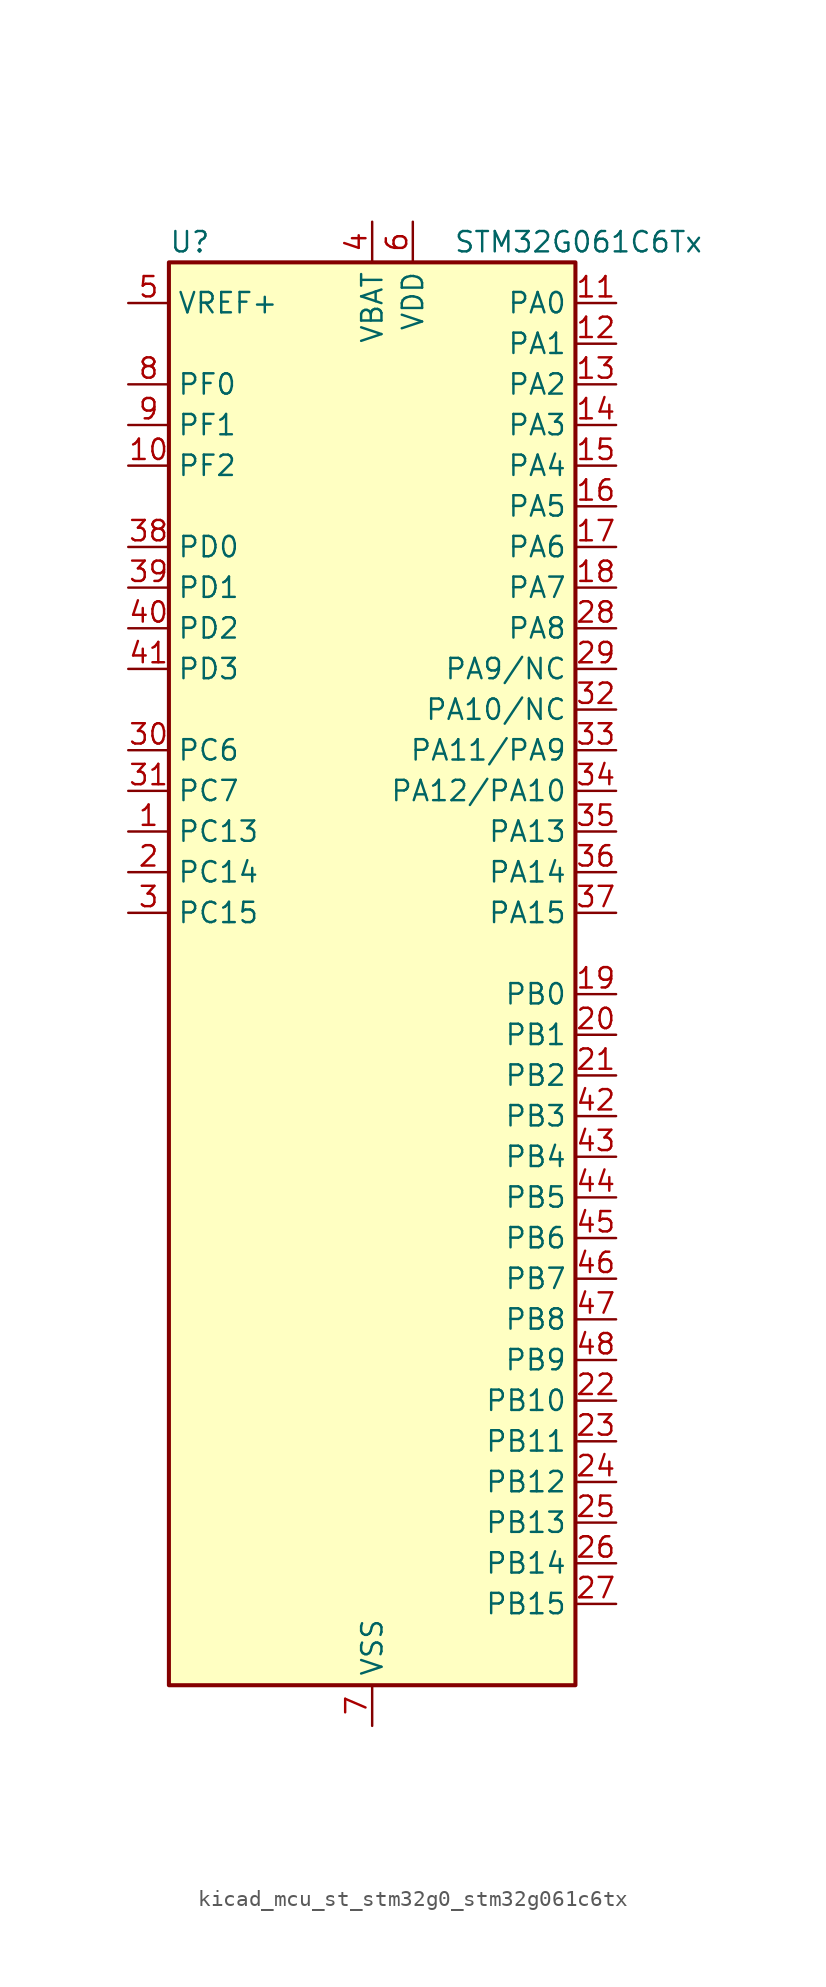
<source format=kicad_sym>
(kicad_symbol_lib
  (version 20220914)
  (generator kicad_symbol_editor)
  (symbol "kicad_mcu_st_stm32g0_stm32g061c6tx"
    (property "Reference" "U"
      (at -12.7 46.99 0)
      (effects (font (size 1.27 1.27)) (justify left)))
    (property "Value" "STM32G061C6Tx"
      (at 5.08 46.99 0)
      (effects (font (size 1.27 1.27)) (justify left)))
    (property "ki_locked" ""
      (at 0 0 0)
      (effects (font (size 1.27 1.27))))
    (symbol "kicad_mcu_st_stm32g0_stm32g061c6tx_0_1"
      (rectangle (start -12.7 -43.18) (end 12.7 45.72) (stroke (width 0.254) (type default)) (fill (type background))))
    (symbol "kicad_mcu_st_stm32g0_stm32g061c6tx_1_1"
      (pin bidirectional line (at -15.24 10.16 0) (length 2.54) (name "PC13" (effects (font (size 1.27 1.27)))) (number "1" (effects (font (size 1.27 1.27)))) (alternate "RTC_OUT1" bidirectional line) (alternate "RTC_TAMP_IN1" bidirectional line) (alternate "RTC_TS" bidirectional line) (alternate "SYS_WKUP2" bidirectional line) (alternate "TIM1_BK" bidirectional line))
      (pin bidirectional line (at -15.24 33.02 0) (length 2.54) (name "PF2" (effects (font (size 1.27 1.27)))) (number "10" (effects (font (size 1.27 1.27)))) (alternate "RCC_MCO" bidirectional line))
      (pin bidirectional line (at 15.24 43.18 180) (length 2.54) (name "PA0" (effects (font (size 1.27 1.27)))) (number "11" (effects (font (size 1.27 1.27)))) (alternate "ADC1_IN0" bidirectional line) (alternate "COMP1_INM" bidirectional line) (alternate "COMP1_OUT" bidirectional line) (alternate "LPTIM1_OUT" bidirectional line) (alternate "RTC_TAMP_IN2" bidirectional line) (alternate "SPI2_SCK" bidirectional line) (alternate "SYS_WKUP1" bidirectional line) (alternate "TIM2_CH1" bidirectional line) (alternate "TIM2_ETR" bidirectional line) (alternate "USART2_CTS" bidirectional line) (alternate "USART2_NSS" bidirectional line))
      (pin bidirectional line (at 15.24 40.64 180) (length 2.54) (name "PA1" (effects (font (size 1.27 1.27)))) (number "12" (effects (font (size 1.27 1.27)))) (alternate "ADC1_IN1" bidirectional line) (alternate "COMP1_INP" bidirectional line) (alternate "I2C1_SMBA" bidirectional line) (alternate "I2S1_CK" bidirectional line) (alternate "SPI1_SCK" bidirectional line) (alternate "TIM15_CH1N" bidirectional line) (alternate "TIM2_CH2" bidirectional line) (alternate "USART2_CK" bidirectional line) (alternate "USART2_DE" bidirectional line) (alternate "USART2_RTS" bidirectional line))
      (pin bidirectional line (at 15.24 38.1 180) (length 2.54) (name "PA2" (effects (font (size 1.27 1.27)))) (number "13" (effects (font (size 1.27 1.27)))) (alternate "ADC1_IN2" bidirectional line) (alternate "COMP2_INM" bidirectional line) (alternate "COMP2_OUT" bidirectional line) (alternate "I2S1_SD" bidirectional line) (alternate "LPUART1_TX" bidirectional line) (alternate "RCC_LSCO" bidirectional line) (alternate "SPI1_MOSI" bidirectional line) (alternate "SYS_WKUP4" bidirectional line) (alternate "TIM15_CH1" bidirectional line) (alternate "TIM2_CH3" bidirectional line) (alternate "USART2_TX" bidirectional line))
      (pin bidirectional line (at 15.24 35.56 180) (length 2.54) (name "PA3" (effects (font (size 1.27 1.27)))) (number "14" (effects (font (size 1.27 1.27)))) (alternate "ADC1_IN3" bidirectional line) (alternate "COMP2_INP" bidirectional line) (alternate "LPUART1_RX" bidirectional line) (alternate "SPI2_MISO" bidirectional line) (alternate "TIM15_CH2" bidirectional line) (alternate "TIM2_CH4" bidirectional line) (alternate "USART2_RX" bidirectional line))
      (pin bidirectional line (at 15.24 33.02 180) (length 2.54) (name "PA4" (effects (font (size 1.27 1.27)))) (number "15" (effects (font (size 1.27 1.27)))) (alternate "ADC1_IN4" bidirectional line) (alternate "DAC1_OUT1" bidirectional line) (alternate "I2S1_WS" bidirectional line) (alternate "LPTIM2_OUT" bidirectional line) (alternate "RTC_OUT2" bidirectional line) (alternate "SPI1_NSS" bidirectional line) (alternate "SPI2_MOSI" bidirectional line) (alternate "TIM14_CH1" bidirectional line))
      (pin bidirectional line (at 15.24 30.48 180) (length 2.54) (name "PA5" (effects (font (size 1.27 1.27)))) (number "16" (effects (font (size 1.27 1.27)))) (alternate "ADC1_IN5" bidirectional line) (alternate "DAC1_OUT2" bidirectional line) (alternate "I2S1_CK" bidirectional line) (alternate "LPTIM2_ETR" bidirectional line) (alternate "SPI1_SCK" bidirectional line) (alternate "TIM2_CH1" bidirectional line) (alternate "TIM2_ETR" bidirectional line))
      (pin bidirectional line (at 15.24 27.94 180) (length 2.54) (name "PA6" (effects (font (size 1.27 1.27)))) (number "17" (effects (font (size 1.27 1.27)))) (alternate "ADC1_IN6" bidirectional line) (alternate "COMP1_OUT" bidirectional line) (alternate "I2S1_MCK" bidirectional line) (alternate "LPUART1_CTS" bidirectional line) (alternate "SPI1_MISO" bidirectional line) (alternate "TIM16_CH1" bidirectional line) (alternate "TIM1_BK" bidirectional line) (alternate "TIM3_CH1" bidirectional line))
      (pin bidirectional line (at 15.24 25.4 180) (length 2.54) (name "PA7" (effects (font (size 1.27 1.27)))) (number "18" (effects (font (size 1.27 1.27)))) (alternate "ADC1_IN7" bidirectional line) (alternate "COMP2_OUT" bidirectional line) (alternate "I2S1_SD" bidirectional line) (alternate "SPI1_MOSI" bidirectional line) (alternate "TIM14_CH1" bidirectional line) (alternate "TIM17_CH1" bidirectional line) (alternate "TIM1_CH1N" bidirectional line) (alternate "TIM3_CH2" bidirectional line))
      (pin bidirectional line (at 15.24 0 180) (length 2.54) (name "PB0" (effects (font (size 1.27 1.27)))) (number "19" (effects (font (size 1.27 1.27)))) (alternate "ADC1_IN8" bidirectional line) (alternate "COMP1_OUT" bidirectional line) (alternate "I2S1_WS" bidirectional line) (alternate "LPTIM1_OUT" bidirectional line) (alternate "SPI1_NSS" bidirectional line) (alternate "TIM1_CH2N" bidirectional line) (alternate "TIM3_CH3" bidirectional line))
      (pin bidirectional line (at -15.24 7.62 0) (length 2.54) (name "PC14" (effects (font (size 1.27 1.27)))) (number "2" (effects (font (size 1.27 1.27)))) (alternate "RCC_OSC32_IN" bidirectional line) (alternate "TIM1_BK2" bidirectional line))
      (pin bidirectional line (at 15.24 -2.54 180) (length 2.54) (name "PB1" (effects (font (size 1.27 1.27)))) (number "20" (effects (font (size 1.27 1.27)))) (alternate "ADC1_IN9" bidirectional line) (alternate "COMP1_INM" bidirectional line) (alternate "LPTIM2_IN1" bidirectional line) (alternate "LPUART1_DE" bidirectional line) (alternate "LPUART1_RTS" bidirectional line) (alternate "TIM14_CH1" bidirectional line) (alternate "TIM1_CH3N" bidirectional line) (alternate "TIM3_CH4" bidirectional line))
      (pin bidirectional line (at 15.24 -5.08 180) (length 2.54) (name "PB2" (effects (font (size 1.27 1.27)))) (number "21" (effects (font (size 1.27 1.27)))) (alternate "ADC1_IN10" bidirectional line) (alternate "COMP1_INP" bidirectional line) (alternate "LPTIM1_OUT" bidirectional line) (alternate "SPI2_MISO" bidirectional line))
      (pin bidirectional line (at 15.24 -25.4 180) (length 2.54) (name "PB10" (effects (font (size 1.27 1.27)))) (number "22" (effects (font (size 1.27 1.27)))) (alternate "ADC1_IN11" bidirectional line) (alternate "COMP1_OUT" bidirectional line) (alternate "I2C2_SCL" bidirectional line) (alternate "LPUART1_RX" bidirectional line) (alternate "SPI2_SCK" bidirectional line) (alternate "TIM2_CH3" bidirectional line))
      (pin bidirectional line (at 15.24 -27.94 180) (length 2.54) (name "PB11" (effects (font (size 1.27 1.27)))) (number "23" (effects (font (size 1.27 1.27)))) (alternate "ADC1_EXTI11" bidirectional line) (alternate "ADC1_IN15" bidirectional line) (alternate "COMP2_OUT" bidirectional line) (alternate "I2C2_SDA" bidirectional line) (alternate "LPUART1_TX" bidirectional line) (alternate "SPI2_MOSI" bidirectional line) (alternate "TIM2_CH4" bidirectional line))
      (pin bidirectional line (at 15.24 -30.48 180) (length 2.54) (name "PB12" (effects (font (size 1.27 1.27)))) (number "24" (effects (font (size 1.27 1.27)))) (alternate "ADC1_IN16" bidirectional line) (alternate "LPUART1_DE" bidirectional line) (alternate "LPUART1_RTS" bidirectional line) (alternate "SPI2_NSS" bidirectional line) (alternate "TIM15_BK" bidirectional line) (alternate "TIM1_BK" bidirectional line))
      (pin bidirectional line (at 15.24 -33.02 180) (length 2.54) (name "PB13" (effects (font (size 1.27 1.27)))) (number "25" (effects (font (size 1.27 1.27)))) (alternate "I2C2_SCL" bidirectional line) (alternate "LPUART1_CTS" bidirectional line) (alternate "SPI2_SCK" bidirectional line) (alternate "TIM15_CH1N" bidirectional line) (alternate "TIM1_CH1N" bidirectional line))
      (pin bidirectional line (at 15.24 -35.56 180) (length 2.54) (name "PB14" (effects (font (size 1.27 1.27)))) (number "26" (effects (font (size 1.27 1.27)))) (alternate "I2C2_SDA" bidirectional line) (alternate "SPI2_MISO" bidirectional line) (alternate "TIM15_CH1" bidirectional line) (alternate "TIM1_CH2N" bidirectional line))
      (pin bidirectional line (at 15.24 -38.1 180) (length 2.54) (name "PB15" (effects (font (size 1.27 1.27)))) (number "27" (effects (font (size 1.27 1.27)))) (alternate "RTC_REFIN" bidirectional line) (alternate "SPI2_MOSI" bidirectional line) (alternate "TIM15_CH1N" bidirectional line) (alternate "TIM15_CH2" bidirectional line) (alternate "TIM1_CH3N" bidirectional line))
      (pin bidirectional line (at 15.24 22.86 180) (length 2.54) (name "PA8" (effects (font (size 1.27 1.27)))) (number "28" (effects (font (size 1.27 1.27)))) (alternate "LPTIM2_OUT" bidirectional line) (alternate "RCC_MCO" bidirectional line) (alternate "SPI2_NSS" bidirectional line) (alternate "TIM1_CH1" bidirectional line))
      (pin bidirectional line (at 15.24 20.32 180) (length 2.54) (name "PA9/NC" (effects (font (size 1.27 1.27)))) (number "29" (effects (font (size 1.27 1.27)))) (alternate "DAC1_EXTI9" bidirectional line) (alternate "I2C1_SCL" bidirectional line) (alternate "RCC_MCO" bidirectional line) (alternate "SPI2_MISO" bidirectional line) (alternate "TIM15_BK" bidirectional line) (alternate "TIM1_CH2" bidirectional line) (alternate "USART1_TX" bidirectional line))
      (pin bidirectional line (at -15.24 5.08 0) (length 2.54) (name "PC15" (effects (font (size 1.27 1.27)))) (number "3" (effects (font (size 1.27 1.27)))) (alternate "RCC_OSC32_EN" bidirectional line) (alternate "RCC_OSC32_OUT" bidirectional line) (alternate "RCC_OSC_EN" bidirectional line) (alternate "TIM15_BK" bidirectional line))
      (pin bidirectional line (at -15.24 15.24 0) (length 2.54) (name "PC6" (effects (font (size 1.27 1.27)))) (number "30" (effects (font (size 1.27 1.27)))) (alternate "TIM2_CH3" bidirectional line) (alternate "TIM3_CH1" bidirectional line))
      (pin bidirectional line (at -15.24 12.7 0) (length 2.54) (name "PC7" (effects (font (size 1.27 1.27)))) (number "31" (effects (font (size 1.27 1.27)))) (alternate "TIM2_CH4" bidirectional line) (alternate "TIM3_CH2" bidirectional line))
      (pin bidirectional line (at 15.24 17.78 180) (length 2.54) (name "PA10/NC" (effects (font (size 1.27 1.27)))) (number "32" (effects (font (size 1.27 1.27)))) (alternate "I2C1_SDA" bidirectional line) (alternate "SPI2_MOSI" bidirectional line) (alternate "TIM17_BK" bidirectional line) (alternate "TIM1_CH3" bidirectional line) (alternate "USART1_RX" bidirectional line))
      (pin bidirectional line (at 15.24 15.24 180) (length 2.54) (name "PA11/PA9" (effects (font (size 1.27 1.27)))) (number "33" (effects (font (size 1.27 1.27)))) (alternate "ADC1_EXTI11" bidirectional line) (alternate "COMP1_OUT" bidirectional line) (alternate "I2C2_SCL" bidirectional line) (alternate "I2S1_MCK" bidirectional line) (alternate "SPI1_MISO" bidirectional line) (alternate "TIM1_BK2" bidirectional line) (alternate "TIM1_CH4" bidirectional line) (alternate "USART1_CTS" bidirectional line) (alternate "USART1_NSS" bidirectional line))
      (pin bidirectional line (at 15.24 12.7 180) (length 2.54) (name "PA12/PA10" (effects (font (size 1.27 1.27)))) (number "34" (effects (font (size 1.27 1.27)))) (alternate "COMP2_OUT" bidirectional line) (alternate "I2C2_SDA" bidirectional line) (alternate "I2S1_SD" bidirectional line) (alternate "I2S_CKIN" bidirectional line) (alternate "SPI1_MOSI" bidirectional line) (alternate "TIM1_ETR" bidirectional line) (alternate "USART1_CK" bidirectional line) (alternate "USART1_DE" bidirectional line) (alternate "USART1_RTS" bidirectional line))
      (pin bidirectional line (at 15.24 10.16 180) (length 2.54) (name "PA13" (effects (font (size 1.27 1.27)))) (number "35" (effects (font (size 1.27 1.27)))) (alternate "ADC1_IN17" bidirectional line) (alternate "IR_OUT" bidirectional line) (alternate "SYS_SWDIO" bidirectional line))
      (pin bidirectional line (at 15.24 7.62 180) (length 2.54) (name "PA14" (effects (font (size 1.27 1.27)))) (number "36" (effects (font (size 1.27 1.27)))) (alternate "ADC1_IN18" bidirectional line) (alternate "SYS_SWCLK" bidirectional line) (alternate "USART2_TX" bidirectional line))
      (pin bidirectional line (at 15.24 5.08 180) (length 2.54) (name "PA15" (effects (font (size 1.27 1.27)))) (number "37" (effects (font (size 1.27 1.27)))) (alternate "I2S1_WS" bidirectional line) (alternate "SPI1_NSS" bidirectional line) (alternate "TIM2_CH1" bidirectional line) (alternate "TIM2_ETR" bidirectional line) (alternate "USART2_RX" bidirectional line))
      (pin bidirectional line (at -15.24 27.94 0) (length 2.54) (name "PD0" (effects (font (size 1.27 1.27)))) (number "38" (effects (font (size 1.27 1.27)))) (alternate "SPI2_NSS" bidirectional line) (alternate "TIM16_CH1" bidirectional line))
      (pin bidirectional line (at -15.24 25.4 0) (length 2.54) (name "PD1" (effects (font (size 1.27 1.27)))) (number "39" (effects (font (size 1.27 1.27)))) (alternate "SPI2_SCK" bidirectional line) (alternate "TIM17_CH1" bidirectional line))
      (pin power_in line (at 0 48.26 270) (length 2.54) (name "VBAT" (effects (font (size 1.27 1.27)))) (number "4" (effects (font (size 1.27 1.27)))))
      (pin bidirectional line (at -15.24 22.86 0) (length 2.54) (name "PD2" (effects (font (size 1.27 1.27)))) (number "40" (effects (font (size 1.27 1.27)))) (alternate "TIM1_CH1N" bidirectional line) (alternate "TIM3_ETR" bidirectional line))
      (pin bidirectional line (at -15.24 20.32 0) (length 2.54) (name "PD3" (effects (font (size 1.27 1.27)))) (number "41" (effects (font (size 1.27 1.27)))) (alternate "SPI2_MISO" bidirectional line) (alternate "TIM1_CH2N" bidirectional line) (alternate "USART2_CTS" bidirectional line) (alternate "USART2_NSS" bidirectional line))
      (pin bidirectional line (at 15.24 -7.62 180) (length 2.54) (name "PB3" (effects (font (size 1.27 1.27)))) (number "42" (effects (font (size 1.27 1.27)))) (alternate "COMP2_INM" bidirectional line) (alternate "I2S1_CK" bidirectional line) (alternate "SPI1_SCK" bidirectional line) (alternate "TIM1_CH2" bidirectional line) (alternate "TIM2_CH2" bidirectional line) (alternate "USART1_CK" bidirectional line) (alternate "USART1_DE" bidirectional line) (alternate "USART1_RTS" bidirectional line))
      (pin bidirectional line (at 15.24 -10.16 180) (length 2.54) (name "PB4" (effects (font (size 1.27 1.27)))) (number "43" (effects (font (size 1.27 1.27)))) (alternate "COMP2_INP" bidirectional line) (alternate "I2S1_MCK" bidirectional line) (alternate "SPI1_MISO" bidirectional line) (alternate "TIM17_BK" bidirectional line) (alternate "TIM3_CH1" bidirectional line) (alternate "USART1_CTS" bidirectional line) (alternate "USART1_NSS" bidirectional line))
      (pin bidirectional line (at 15.24 -12.7 180) (length 2.54) (name "PB5" (effects (font (size 1.27 1.27)))) (number "44" (effects (font (size 1.27 1.27)))) (alternate "COMP2_OUT" bidirectional line) (alternate "I2C1_SMBA" bidirectional line) (alternate "I2S1_SD" bidirectional line) (alternate "LPTIM1_IN1" bidirectional line) (alternate "SPI1_MOSI" bidirectional line) (alternate "SYS_WKUP6" bidirectional line) (alternate "TIM16_BK" bidirectional line) (alternate "TIM3_CH2" bidirectional line))
      (pin bidirectional line (at 15.24 -15.24 180) (length 2.54) (name "PB6" (effects (font (size 1.27 1.27)))) (number "45" (effects (font (size 1.27 1.27)))) (alternate "COMP2_INP" bidirectional line) (alternate "I2C1_SCL" bidirectional line) (alternate "LPTIM1_ETR" bidirectional line) (alternate "SPI2_MISO" bidirectional line) (alternate "TIM16_CH1N" bidirectional line) (alternate "TIM1_CH3" bidirectional line) (alternate "USART1_TX" bidirectional line))
      (pin bidirectional line (at 15.24 -17.78 180) (length 2.54) (name "PB7" (effects (font (size 1.27 1.27)))) (number "46" (effects (font (size 1.27 1.27)))) (alternate "COMP2_INM" bidirectional line) (alternate "I2C1_SDA" bidirectional line) (alternate "LPTIM1_IN2" bidirectional line) (alternate "SPI2_MOSI" bidirectional line) (alternate "SYS_PVD_IN" bidirectional line) (alternate "TIM17_CH1N" bidirectional line) (alternate "USART1_RX" bidirectional line))
      (pin bidirectional line (at 15.24 -20.32 180) (length 2.54) (name "PB8" (effects (font (size 1.27 1.27)))) (number "47" (effects (font (size 1.27 1.27)))) (alternate "I2C1_SCL" bidirectional line) (alternate "SPI2_SCK" bidirectional line) (alternate "TIM15_BK" bidirectional line) (alternate "TIM16_CH1" bidirectional line))
      (pin bidirectional line (at 15.24 -22.86 180) (length 2.54) (name "PB9" (effects (font (size 1.27 1.27)))) (number "48" (effects (font (size 1.27 1.27)))) (alternate "DAC1_EXTI9" bidirectional line) (alternate "I2C1_SDA" bidirectional line) (alternate "IR_OUT" bidirectional line) (alternate "SPI2_NSS" bidirectional line) (alternate "TIM17_CH1" bidirectional line))
      (pin input line (at -15.24 43.18 0) (length 2.54) (name "VREF+" (effects (font (size 1.27 1.27)))) (number "5" (effects (font (size 1.27 1.27)))) (alternate "VREFBUF_OUT" bidirectional line))
      (pin power_in line (at 2.54 48.26 270) (length 2.54) (name "VDD" (effects (font (size 1.27 1.27)))) (number "6" (effects (font (size 1.27 1.27)))))
      (pin power_in line (at 0 -45.72 90) (length 2.54) (name "VSS" (effects (font (size 1.27 1.27)))) (number "7" (effects (font (size 1.27 1.27)))))
      (pin bidirectional line (at -15.24 38.1 0) (length 2.54) (name "PF0" (effects (font (size 1.27 1.27)))) (number "8" (effects (font (size 1.27 1.27)))) (alternate "RCC_OSC_IN" bidirectional line) (alternate "TIM14_CH1" bidirectional line))
      (pin bidirectional line (at -15.24 35.56 0) (length 2.54) (name "PF1" (effects (font (size 1.27 1.27)))) (number "9" (effects (font (size 1.27 1.27)))) (alternate "RCC_OSC_EN" bidirectional line) (alternate "RCC_OSC_OUT" bidirectional line) (alternate "TIM15_CH1N" bidirectional line)))))
</source>
